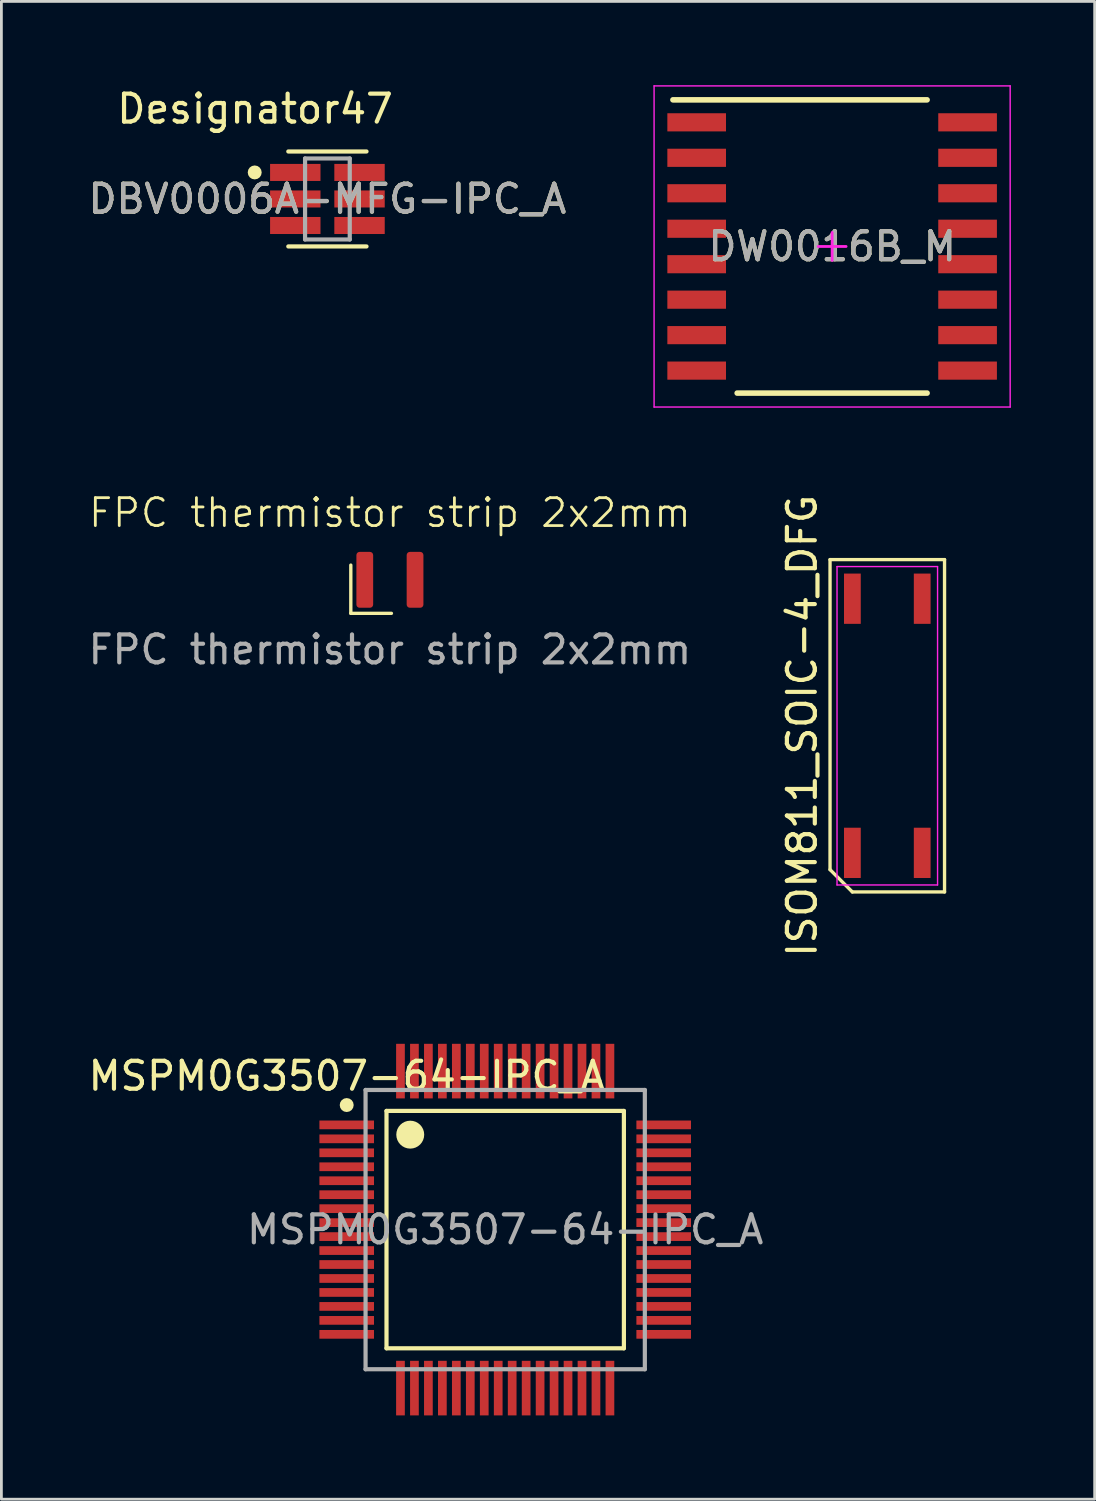
<source format=kicad_pcb>
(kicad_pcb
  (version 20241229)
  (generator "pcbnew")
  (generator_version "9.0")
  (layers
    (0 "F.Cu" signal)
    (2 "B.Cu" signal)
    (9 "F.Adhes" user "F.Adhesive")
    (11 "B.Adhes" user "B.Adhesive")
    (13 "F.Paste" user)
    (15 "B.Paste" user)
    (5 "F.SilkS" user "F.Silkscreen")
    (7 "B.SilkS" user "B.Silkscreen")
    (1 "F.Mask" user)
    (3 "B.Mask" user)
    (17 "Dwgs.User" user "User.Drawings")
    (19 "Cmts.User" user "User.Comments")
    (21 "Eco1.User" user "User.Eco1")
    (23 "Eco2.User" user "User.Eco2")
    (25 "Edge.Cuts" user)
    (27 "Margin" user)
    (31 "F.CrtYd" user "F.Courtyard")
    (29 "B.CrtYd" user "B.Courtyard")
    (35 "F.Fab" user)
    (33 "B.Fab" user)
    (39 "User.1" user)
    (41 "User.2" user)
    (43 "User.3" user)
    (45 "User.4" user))
  (footprint "ISOM811_SOIC-4_DFG"
    (layer "F.Cu")
    (at 28.72 22.937)
    (property "Reference" "ISOM811_SOIC-4_DFG" (at -3.05 0 90) (layer "F.SilkS") (effects (font (size 1 1) (thickness 0.15))))
    (attr smd)
    (fp_line (start -2.05 -5.95) (end 2.05 -5.95) (stroke (width 0.12) (type default)) (layer "F.SilkS"))
    (fp_line (start -2.05 5.15) (end -2.05 -5.95) (stroke (width 0.12) (type default)) (layer "F.SilkS"))
    (fp_line (start -1.25 5.95) (end -2.05 5.15) (stroke (width 0.12) (type default)) (layer "F.SilkS"))
    (fp_line (start 2.05 -5.95) (end 2.05 5.95) (stroke (width 0.12) (type default)) (layer "F.SilkS"))
    (fp_line (start 2.05 5.95) (end -1.25 5.95) (stroke (width 0.12) (type default)) (layer "F.SilkS"))
    (fp_line (start -1.8 -5.7) (end 1.8 -5.7) (stroke (width 0.05) (type default)) (layer "F.CrtYd"))
    (fp_line (start -1.8 5.7) (end -1.8 -5.7) (stroke (width 0.05) (type default)) (layer "F.CrtYd"))
    (fp_line (start 1.8 -5.7) (end 1.8 5.7) (stroke (width 0.05) (type default)) (layer "F.CrtYd"))
    (fp_line (start 1.8 5.7) (end -1.8 5.7) (stroke (width 0.05) (type default)) (layer "F.CrtYd"))
    (pad "1" smd rect (at -1.25 4.55) (size 0.6 1.8) (layers "F.Cu" "F.Mask" "F.Paste"))
    (pad "2" smd rect (at 1.25 4.55) (size 0.6 1.8) (layers "F.Cu" "F.Mask" "F.Paste"))
    (pad "3" smd rect (at 1.25 -4.55) (size 0.6 1.8) (layers "F.Cu" "F.Mask" "F.Paste"))
    (pad "4" smd rect (at -1.25 -4.55) (size 0.6 1.8) (layers "F.Cu" "F.Mask" "F.Paste")))
  (footprint "DW0016B_M"
    (layer "F.Cu")
    (at 26.745 5.775)
    (property "Reference" "DW0016B_M" (at 0 0 0) (unlocked yes) (layer "F.SilkS") (effects (font (size 1 1) (thickness 0.15))))
    (attr smd)
    (fp_line (start -5.7 -5.25) (end 3.4 -5.25) (stroke (width 0.2) (type solid)) (layer "F.SilkS"))
    (fp_line (start -3.4 5.25) (end 3.4 5.25) (stroke (width 0.2) (type solid)) (layer "F.SilkS"))
    (fp_line (start -6.375 -5.75) (end 6.375 -5.75) (stroke (width 0.05) (type solid)) (layer "F.CrtYd"))
    (fp_line (start -6.375 5.75) (end -6.375 -5.75) (stroke (width 0.05) (type solid)) (layer "F.CrtYd"))
    (fp_line (start -6.375 5.75) (end 6.375 5.75) (stroke (width 0.05) (type solid)) (layer "F.CrtYd"))
    (fp_line (start -0.5 0) (end 0.5 0) (stroke (width 0.1) (type solid)) (layer "F.CrtYd"))
    (fp_line (start 0 0.5) (end 0 -0.5) (stroke (width 0.1) (type solid)) (layer "F.CrtYd"))
    (fp_line (start 6.375 5.75) (end 6.375 -5.75) (stroke (width 0.05) (type solid)) (layer "F.CrtYd"))
    (fp_text user "${REFERENCE}" (at 0 0 0) (unlocked yes) (layer "F.Fab") (effects (font (size 1 1) (thickness 0.15))))
    (pad "1" smd rect (at -4.85 -4.445 90) (size 0.65 2.1) (layers "F.Cu" "F.Mask" "F.Paste"))
    (pad "2" smd rect (at -4.85 -3.175 90) (size 0.65 2.1) (layers "F.Cu" "F.Mask" "F.Paste"))
    (pad "3" smd rect (at -4.85 -1.905 90) (size 0.65 2.1) (layers "F.Cu" "F.Mask" "F.Paste"))
    (pad "4" smd rect (at -4.85 -0.635 90) (size 0.65 2.1) (layers "F.Cu" "F.Mask" "F.Paste"))
    (pad "5" smd rect (at -4.85 0.635 90) (size 0.65 2.1) (layers "F.Cu" "F.Mask" "F.Paste"))
    (pad "6" smd rect (at -4.85 1.905 90) (size 0.65 2.1) (layers "F.Cu" "F.Mask" "F.Paste"))
    (pad "7" smd rect (at -4.85 3.175 90) (size 0.65 2.1) (layers "F.Cu" "F.Mask" "F.Paste"))
    (pad "8" smd rect (at -4.85 4.445 90) (size 0.65 2.1) (layers "F.Cu" "F.Mask" "F.Paste"))
    (pad "9" smd rect (at 4.85 4.445 90) (size 0.65 2.1) (layers "F.Cu" "F.Mask" "F.Paste"))
    (pad "10" smd rect (at 4.85 3.175 90) (size 0.65 2.1) (layers "F.Cu" "F.Mask" "F.Paste"))
    (pad "11" smd rect (at 4.85 1.905 90) (size 0.65 2.1) (layers "F.Cu" "F.Mask" "F.Paste"))
    (pad "12" smd rect (at 4.85 0.635 90) (size 0.65 2.1) (layers "F.Cu" "F.Mask" "F.Paste"))
    (pad "13" smd rect (at 4.85 -0.635 90) (size 0.65 2.1) (layers "F.Cu" "F.Mask" "F.Paste"))
    (pad "14" smd rect (at 4.85 -1.905 90) (size 0.65 2.1) (layers "F.Cu" "F.Mask" "F.Paste"))
    (pad "15" smd rect (at 4.85 -3.175 90) (size 0.65 2.1) (layers "F.Cu" "F.Mask" "F.Paste"))
    (pad "16" smd rect (at 4.85 -4.445 90) (size 0.65 2.1) (layers "F.Cu" "F.Mask" "F.Paste")))
  (footprint "FPC thermistor strip 2x2mm"
    (layer "F.Cu")
    (at 10.911 17.711)
    (property "Reference" "FPC thermistor strip 2x2mm" (at 0 -2.4 0) (unlocked yes) (layer "F.SilkS") (effects (font (size 1 1) (thickness 0.1))))
    (attr smd)
    (fp_line (start -1.4 1.2) (end -1.4 -0.527) (stroke (width 0.12) (type solid)) (layer "F.SilkS"))
    (fp_line (start -1.4 1.2) (end 0.054 1.2) (stroke (width 0.12) (type solid)) (layer "F.SilkS"))
    (fp_text user "${REFERENCE}" (at 0 2.5 0) (unlocked yes) (layer "F.Fab") (effects (font (size 1 1) (thickness 0.15))))
    (pad "1" smd roundrect (at -0.9 0) (size 0.6 2) (layers "F.Cu" "F.Mask" "F.Paste") (roundrect_rratio 0.192))
    (pad "2" smd roundrect (at 0.9 0) (size 0.6 2) (layers "F.Cu" "F.Mask" "F.Paste") (roundrect_rratio 0.192)))
  (footprint "DBV0006A-MFG-IPC_A"
    (layer "F.Cu")
    (at 8.673 4.074)
    (property "Reference" "DBV0006A-MFG-IPC_A" (at 0 0 0) (unlocked yes) (layer "F.SilkS") (effects (font (size 1 1) (thickness 0.15))))
    (attr smd)
    (fp_line (start -1.4 -1.7) (end 1.4 -1.7) (stroke (width 0.15) (type solid)) (layer "F.SilkS"))
    (fp_line (start -1.4 1.7) (end 1.4 1.7) (stroke (width 0.15) (type solid)) (layer "F.SilkS"))
    (fp_circle (center -2.603 -0.95) (end -2.478 -0.95) (stroke (width 0.25) (type solid)) (fill no) (layer "F.SilkS"))
    (fp_line (start -0.8 -1.45) (end 0.8 -1.45) (stroke (width 0.15) (type solid)) (layer "F.Fab"))
    (fp_line (start -0.8 1.45) (end -0.8 -1.45) (stroke (width 0.15) (type solid)) (layer "F.Fab"))
    (fp_line (start -0.8 1.45) (end 0.8 1.45) (stroke (width 0.15) (type solid)) (layer "F.Fab"))
    (fp_line (start 0.8 1.45) (end 0.8 -1.45) (stroke (width 0.15) (type solid)) (layer "F.Fab"))
    (fp_text user "Designator47" (at -2.591 -3.226 0) (unlocked yes) (layer "F.SilkS") (effects (font (size 1 1) (thickness 0.15))))
    (fp_text user "${REFERENCE}" (at 0 0 0) (unlocked yes) (layer "F.Fab") (effects (font (size 1 1) (thickness 0.15))))
    (pad "1" smd rect (at -1.15 -0.95) (size 1.805 0.61) (layers "F.Cu" "F.Mask" "F.Paste"))
    (pad "2" smd rect (at -1.15 0) (size 1.805 0.61) (layers "F.Cu" "F.Mask" "F.Paste"))
    (pad "3" smd rect (at -1.15 0.95) (size 1.805 0.61) (layers "F.Cu" "F.Mask" "F.Paste"))
    (pad "4" smd rect (at 1.15 0.95) (size 1.805 0.61) (layers "F.Cu" "F.Mask" "F.Paste"))
    (pad "5" smd rect (at 1.15 0) (size 1.805 0.61) (layers "F.Cu" "F.Mask" "F.Paste"))
    (pad "6" smd rect (at 1.15 -0.95) (size 1.805 0.61) (layers "F.Cu" "F.Mask" "F.Paste")))
  (footprint "MSPM0G3507-64-IPC_A"
    (layer "F.Cu")
    (at 15.039 40.977)
    (property "Reference" "MSPM0G3507-64-IPC_A" (at -5.675 -5.5 0) (unlocked yes) (layer "F.SilkS") (effects (font (size 1 1) (thickness 0.15))))
    (attr smd)
    (fp_line (start -4.25 -4.25) (end 4.25 -4.25) (stroke (width 0.15) (type solid)) (layer "F.SilkS"))
    (fp_line (start -4.25 4.25) (end -4.25 -4.25) (stroke (width 0.15) (type solid)) (layer "F.SilkS"))
    (fp_line (start -4.25 4.25) (end 4.25 4.25) (stroke (width 0.15) (type solid)) (layer "F.SilkS"))
    (fp_line (start 4.25 4.25) (end 4.25 -4.25) (stroke (width 0.15) (type solid)) (layer "F.SilkS"))
    (fp_circle (center -5.675 -4.46) (end -5.55 -4.46) (stroke (width 0.25) (type solid)) (fill no) (layer "F.SilkS"))
    (fp_circle (center -3.4 -3.4) (end -3.15 -3.4) (stroke (width 0.5) (type solid)) (fill no) (layer "F.SilkS"))
    (fp_line (start -5 -5) (end 5 -5) (stroke (width 0.15) (type solid)) (layer "F.Fab"))
    (fp_line (start -5 5) (end -5 -5) (stroke (width 0.15) (type solid)) (layer "F.Fab"))
    (fp_line (start -5 5) (end 5 5) (stroke (width 0.15) (type solid)) (layer "F.Fab"))
    (fp_line (start 5 5) (end 5 -5) (stroke (width 0.15) (type solid)) (layer "F.Fab"))
    (fp_text user "${REFERENCE}" (at 0 0 0) (unlocked yes) (layer "F.Fab") (effects (font (size 1 1) (thickness 0.15))))
    (pad "1" smd rect (at -5.675 -3.75 90) (size 0.312 1.955) (layers "F.Cu" "F.Mask" "F.Paste"))
    (pad "2" smd rect (at -5.675 -3.25 90) (size 0.312 1.955) (layers "F.Cu" "F.Mask" "F.Paste"))
    (pad "3" smd rect (at -5.675 -2.75 90) (size 0.312 1.955) (layers "F.Cu" "F.Mask" "F.Paste"))
    (pad "4" smd rect (at -5.675 -2.25 90) (size 0.312 1.955) (layers "F.Cu" "F.Mask" "F.Paste"))
    (pad "5" smd rect (at -5.675 -1.75 90) (size 0.312 1.955) (layers "F.Cu" "F.Mask" "F.Paste"))
    (pad "6" smd rect (at -5.675 -1.25 90) (size 0.312 1.955) (layers "F.Cu" "F.Mask" "F.Paste"))
    (pad "7" smd rect (at -5.675 -0.75 90) (size 0.312 1.955) (layers "F.Cu" "F.Mask" "F.Paste"))
    (pad "8" smd rect (at -5.675 -0.25 90) (size 0.312 1.955) (layers "F.Cu" "F.Mask" "F.Paste"))
    (pad "9" smd rect (at -5.675 0.25 90) (size 0.312 1.955) (layers "F.Cu" "F.Mask" "F.Paste"))
    (pad "10" smd rect (at -5.675 0.75 90) (size 0.312 1.955) (layers "F.Cu" "F.Mask" "F.Paste"))
    (pad "11" smd rect (at -5.675 1.25 90) (size 0.312 1.955) (layers "F.Cu" "F.Mask" "F.Paste"))
    (pad "12" smd rect (at -5.675 1.75 90) (size 0.312 1.955) (layers "F.Cu" "F.Mask" "F.Paste"))
    (pad "13" smd rect (at -5.675 2.25 90) (size 0.312 1.955) (layers "F.Cu" "F.Mask" "F.Paste"))
    (pad "14" smd rect (at -5.675 2.75 90) (size 0.312 1.955) (layers "F.Cu" "F.Mask" "F.Paste"))
    (pad "15" smd rect (at -5.675 3.25 90) (size 0.312 1.955) (layers "F.Cu" "F.Mask" "F.Paste"))
    (pad "16" smd rect (at -5.675 3.75 90) (size 0.312 1.955) (layers "F.Cu" "F.Mask" "F.Paste"))
    (pad "17" smd rect (at -3.75 5.675) (size 0.312 1.955) (layers "F.Cu" "F.Mask" "F.Paste"))
    (pad "18" smd rect (at -3.25 5.675) (size 0.312 1.955) (layers "F.Cu" "F.Mask" "F.Paste"))
    (pad "19" smd rect (at -2.75 5.675) (size 0.312 1.955) (layers "F.Cu" "F.Mask" "F.Paste"))
    (pad "20" smd rect (at -2.25 5.675) (size 0.312 1.955) (layers "F.Cu" "F.Mask" "F.Paste"))
    (pad "21" smd rect (at -1.75 5.675) (size 0.312 1.955) (layers "F.Cu" "F.Mask" "F.Paste"))
    (pad "22" smd rect (at -1.25 5.675) (size 0.312 1.955) (layers "F.Cu" "F.Mask" "F.Paste"))
    (pad "23" smd rect (at -0.75 5.675) (size 0.312 1.955) (layers "F.Cu" "F.Mask" "F.Paste"))
    (pad "24" smd rect (at -0.25 5.675) (size 0.312 1.955) (layers "F.Cu" "F.Mask" "F.Paste"))
    (pad "25" smd rect (at 0.25 5.675) (size 0.312 1.955) (layers "F.Cu" "F.Mask" "F.Paste"))
    (pad "26" smd rect (at 0.75 5.675) (size 0.312 1.955) (layers "F.Cu" "F.Mask" "F.Paste"))
    (pad "27" smd rect (at 1.25 5.675) (size 0.312 1.955) (layers "F.Cu" "F.Mask" "F.Paste"))
    (pad "28" smd rect (at 1.75 5.675) (size 0.312 1.955) (layers "F.Cu" "F.Mask" "F.Paste"))
    (pad "29" smd rect (at 2.25 5.675) (size 0.312 1.955) (layers "F.Cu" "F.Mask" "F.Paste"))
    (pad "30" smd rect (at 2.75 5.675) (size 0.312 1.955) (layers "F.Cu" "F.Mask" "F.Paste"))
    (pad "31" smd rect (at 3.25 5.675) (size 0.312 1.955) (layers "F.Cu" "F.Mask" "F.Paste"))
    (pad "32" smd rect (at 3.75 5.675) (size 0.312 1.955) (layers "F.Cu" "F.Mask" "F.Paste"))
    (pad "33" smd rect (at 5.675 3.75 90) (size 0.312 1.955) (layers "F.Cu" "F.Mask" "F.Paste"))
    (pad "34" smd rect (at 5.675 3.25 90) (size 0.312 1.955) (layers "F.Cu" "F.Mask" "F.Paste"))
    (pad "35" smd rect (at 5.675 2.75 90) (size 0.312 1.955) (layers "F.Cu" "F.Mask" "F.Paste"))
    (pad "36" smd rect (at 5.675 2.25 90) (size 0.312 1.955) (layers "F.Cu" "F.Mask" "F.Paste"))
    (pad "37" smd rect (at 5.675 1.75 90) (size 0.312 1.955) (layers "F.Cu" "F.Mask" "F.Paste"))
    (pad "38" smd rect (at 5.675 1.25 90) (size 0.312 1.955) (layers "F.Cu" "F.Mask" "F.Paste"))
    (pad "39" smd rect (at 5.675 0.75 90) (size 0.312 1.955) (layers "F.Cu" "F.Mask" "F.Paste"))
    (pad "40" smd rect (at 5.675 0.25 90) (size 0.312 1.955) (layers "F.Cu" "F.Mask" "F.Paste"))
    (pad "41" smd rect (at 5.675 -0.25 90) (size 0.312 1.955) (layers "F.Cu" "F.Mask" "F.Paste"))
    (pad "42" smd rect (at 5.675 -0.75 90) (size 0.312 1.955) (layers "F.Cu" "F.Mask" "F.Paste"))
    (pad "43" smd rect (at 5.675 -1.25 90) (size 0.312 1.955) (layers "F.Cu" "F.Mask" "F.Paste"))
    (pad "44" smd rect (at 5.675 -1.75 90) (size 0.312 1.955) (layers "F.Cu" "F.Mask" "F.Paste"))
    (pad "45" smd rect (at 5.675 -2.25 90) (size 0.312 1.955) (layers "F.Cu" "F.Mask" "F.Paste"))
    (pad "46" smd rect (at 5.675 -2.75 90) (size 0.312 1.955) (layers "F.Cu" "F.Mask" "F.Paste"))
    (pad "47" smd rect (at 5.675 -3.25 90) (size 0.312 1.955) (layers "F.Cu" "F.Mask" "F.Paste"))
    (pad "48" smd rect (at 5.675 -3.75 90) (size 0.312 1.955) (layers "F.Cu" "F.Mask" "F.Paste"))
    (pad "49" smd rect (at 3.75 -5.675) (size 0.312 1.955) (layers "F.Cu" "F.Mask" "F.Paste"))
    (pad "50" smd rect (at 3.25 -5.675) (size 0.312 1.955) (layers "F.Cu" "F.Mask" "F.Paste"))
    (pad "51" smd rect (at 2.75 -5.675) (size 0.312 1.955) (layers "F.Cu" "F.Mask" "F.Paste"))
    (pad "52" smd rect (at 2.25 -5.675) (size 0.312 1.955) (layers "F.Cu" "F.Mask" "F.Paste"))
    (pad "53" smd rect (at 1.75 -5.675) (size 0.312 1.955) (layers "F.Cu" "F.Mask" "F.Paste"))
    (pad "54" smd rect (at 1.25 -5.675) (size 0.312 1.955) (layers "F.Cu" "F.Mask" "F.Paste"))
    (pad "55" smd rect (at 0.75 -5.675) (size 0.312 1.955) (layers "F.Cu" "F.Mask" "F.Paste"))
    (pad "56" smd rect (at 0.25 -5.675) (size 0.312 1.955) (layers "F.Cu" "F.Mask" "F.Paste"))
    (pad "57" smd rect (at -0.25 -5.675) (size 0.312 1.955) (layers "F.Cu" "F.Mask" "F.Paste"))
    (pad "58" smd rect (at -0.75 -5.675) (size 0.312 1.955) (layers "F.Cu" "F.Mask" "F.Paste"))
    (pad "59" smd rect (at -1.25 -5.675) (size 0.312 1.955) (layers "F.Cu" "F.Mask" "F.Paste"))
    (pad "60" smd rect (at -1.75 -5.675) (size 0.312 1.955) (layers "F.Cu" "F.Mask" "F.Paste"))
    (pad "61" smd rect (at -2.25 -5.675) (size 0.312 1.955) (layers "F.Cu" "F.Mask" "F.Paste"))
    (pad "62" smd rect (at -2.75 -5.675) (size 0.312 1.955) (layers "F.Cu" "F.Mask" "F.Paste"))
    (pad "63" smd rect (at -3.25 -5.675) (size 0.312 1.955) (layers "F.Cu" "F.Mask" "F.Paste"))
    (pad "64" smd rect (at -3.75 -5.675) (size 0.312 1.955) (layers "F.Cu" "F.Mask" "F.Paste")))
  (gr_rect
    (start -3 -3)
    (end 36.145 50.63)
    (stroke (width 0.1) (type default))
    (fill no)
    (layer "Edge.Cuts")))
</source>
